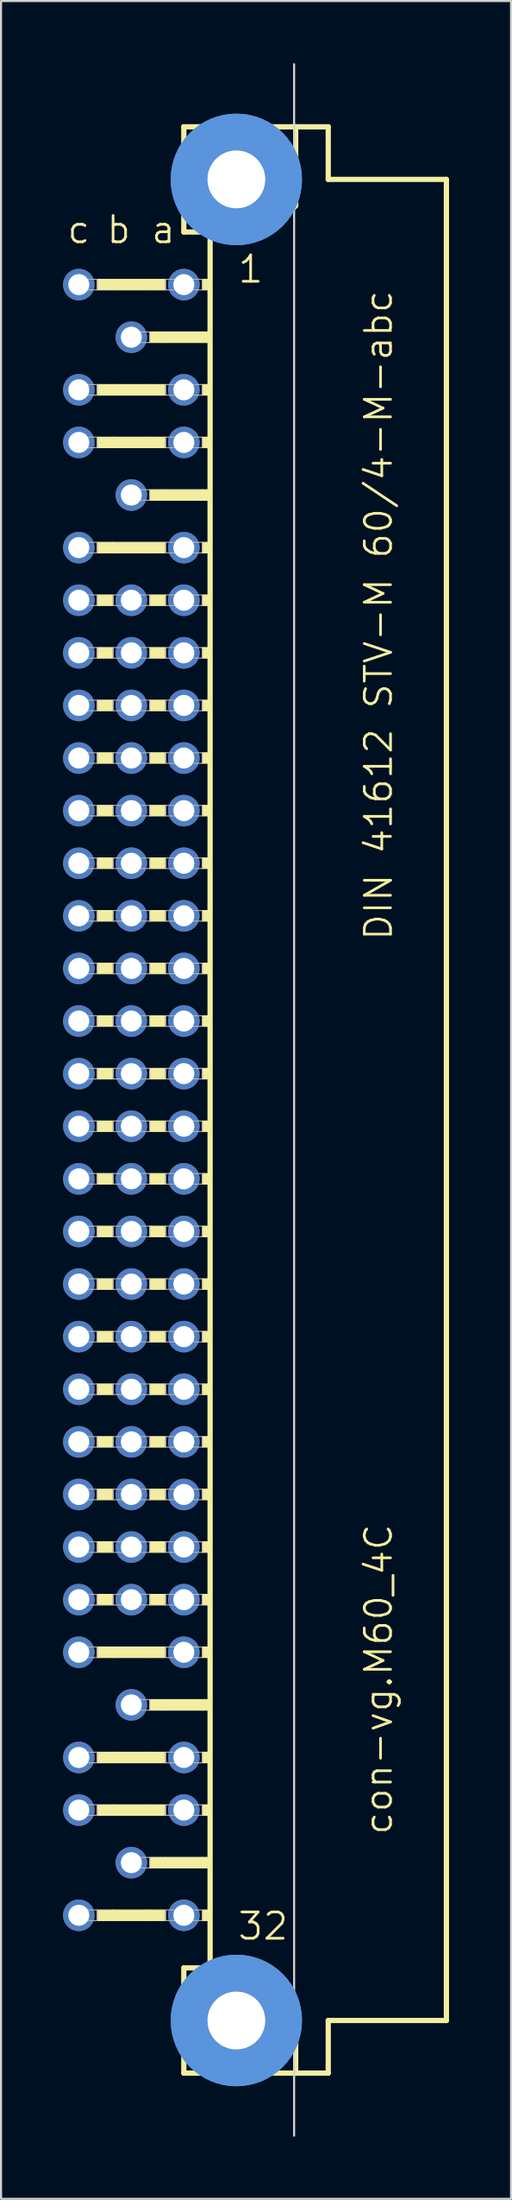
<source format=kicad_pcb>
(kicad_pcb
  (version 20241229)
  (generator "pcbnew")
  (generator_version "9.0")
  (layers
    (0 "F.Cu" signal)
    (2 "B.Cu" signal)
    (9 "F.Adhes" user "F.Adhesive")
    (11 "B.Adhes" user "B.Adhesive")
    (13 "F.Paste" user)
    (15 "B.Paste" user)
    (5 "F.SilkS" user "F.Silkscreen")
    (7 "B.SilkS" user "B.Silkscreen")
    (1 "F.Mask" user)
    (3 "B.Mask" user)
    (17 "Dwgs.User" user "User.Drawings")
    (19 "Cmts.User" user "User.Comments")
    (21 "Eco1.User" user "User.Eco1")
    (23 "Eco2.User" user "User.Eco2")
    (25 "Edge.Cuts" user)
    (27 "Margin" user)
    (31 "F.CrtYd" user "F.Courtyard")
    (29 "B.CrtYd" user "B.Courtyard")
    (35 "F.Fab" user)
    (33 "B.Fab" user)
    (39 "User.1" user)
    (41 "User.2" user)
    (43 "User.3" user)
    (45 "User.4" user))
  (footprint "con-vg.M60_4C"
    (layer "F.Cu")
    (at 8.382 50.063)
    (property "Reference" "con-vg.M60_4C" (at 7.62 35.56 90) (layer "F.SilkS") (effects (font (size 1.27 1.27) (thickness 0.13)) (justify left bottom)))
    (attr through_hole)
    (fp_line (start -2.54 -46.99) (end -2.54 -41.91) (stroke (width 0.254) (type default)) (layer "F.SilkS"))
    (fp_line (start -2.54 -41.91) (end -1.27 -41.91) (stroke (width 0.254) (type default)) (layer "F.SilkS"))
    (fp_line (start -2.54 41.91) (end -2.54 46.99) (stroke (width 0.254) (type default)) (layer "F.SilkS"))
    (fp_line (start -2.54 41.91) (end -1.27 41.91) (stroke (width 0.254) (type default)) (layer "F.SilkS"))
    (fp_line (start -2.54 46.99) (end 2.87 46.99) (stroke (width 0.254) (type default)) (layer "F.SilkS"))
    (fp_line (start -1.27 -41.91) (end -1.27 41.91) (stroke (width 0.254) (type default)) (layer "F.SilkS"))
    (fp_line (start -1.27 -41.91) (end 1.6 -41.91) (stroke (width 0.254) (type default)) (layer "F.SilkS"))
    (fp_line (start -1.27 41.91) (end 1.27 41.91) (stroke (width 0.254) (type default)) (layer "F.SilkS"))
    (fp_line (start 1.6 -41.91) (end 2.87 -43.18) (stroke (width 0.254) (type default)) (layer "F.SilkS"))
    (fp_line (start 2.87 -46.99) (end -2.54 -46.99) (stroke (width 0.254) (type default)) (layer "F.SilkS"))
    (fp_line (start 2.87 -43.18) (end 2.87 -46.99) (stroke (width 0.254) (type default)) (layer "F.SilkS"))
    (fp_line (start 2.87 43.51) (end 1.27 41.91) (stroke (width 0.254) (type default)) (layer "F.SilkS"))
    (fp_line (start 2.87 43.51) (end 2.87 46.99) (stroke (width 0.254) (type default)) (layer "F.SilkS"))
    (fp_line (start 2.87 46.99) (end 4.445 46.99) (stroke (width 0.254) (type default)) (layer "F.SilkS"))
    (fp_line (start 4.445 -46.99) (end 2.87 -46.99) (stroke (width 0.254) (type default)) (layer "F.SilkS"))
    (fp_line (start 4.445 -44.45) (end 4.445 -46.99) (stroke (width 0.254) (type default)) (layer "F.SilkS"))
    (fp_line (start 4.445 44.45) (end 10.16 44.45) (stroke (width 0.254) (type default)) (layer "F.SilkS"))
    (fp_line (start 4.445 46.99) (end 4.445 44.45) (stroke (width 0.254) (type default)) (layer "F.SilkS"))
    (fp_line (start 10.16 -44.45) (end 4.445 -44.45) (stroke (width 0.254) (type default)) (layer "F.SilkS"))
    (fp_line (start 10.16 44.45) (end 10.16 -44.45) (stroke (width 0.254) (type default)) (layer "F.SilkS"))
    (fp_rect (start -6.731 -39.116) (end -5.969 -39.624) (stroke (width 0.05) (type default)) (fill yes) (layer "F.SilkS"))
    (fp_rect (start -6.731 -34.036) (end -5.969 -34.544) (stroke (width 0.05) (type default)) (fill yes) (layer "F.SilkS"))
    (fp_rect (start -6.731 -31.496) (end -5.969 -32.004) (stroke (width 0.05) (type default)) (fill yes) (layer "F.SilkS"))
    (fp_rect (start -6.731 -26.416) (end -5.969 -26.924) (stroke (width 0.05) (type default)) (fill yes) (layer "F.SilkS"))
    (fp_rect (start -6.731 -23.876) (end -5.969 -24.384) (stroke (width 0.05) (type default)) (fill yes) (layer "F.SilkS"))
    (fp_rect (start -6.731 -21.336) (end -5.969 -21.844) (stroke (width 0.05) (type default)) (fill yes) (layer "F.SilkS"))
    (fp_rect (start -6.731 -18.796) (end -5.969 -19.304) (stroke (width 0.05) (type default)) (fill yes) (layer "F.SilkS"))
    (fp_rect (start -6.731 -16.256) (end -5.969 -16.764) (stroke (width 0.05) (type default)) (fill yes) (layer "F.SilkS"))
    (fp_rect (start -6.731 -13.716) (end -5.969 -14.224) (stroke (width 0.05) (type default)) (fill yes) (layer "F.SilkS"))
    (fp_rect (start -6.731 -11.176) (end -5.969 -11.684) (stroke (width 0.05) (type default)) (fill yes) (layer "F.SilkS"))
    (fp_rect (start -6.731 -8.636) (end -5.969 -9.144) (stroke (width 0.05) (type default)) (fill yes) (layer "F.SilkS"))
    (fp_rect (start -6.731 -6.096) (end -5.969 -6.604) (stroke (width 0.05) (type default)) (fill yes) (layer "F.SilkS"))
    (fp_rect (start -6.731 -3.556) (end -5.969 -4.064) (stroke (width 0.05) (type default)) (fill yes) (layer "F.SilkS"))
    (fp_rect (start -6.731 -1.016) (end -5.969 -1.524) (stroke (width 0.05) (type default)) (fill yes) (layer "F.SilkS"))
    (fp_rect (start -6.731 1.524) (end -5.969 1.016) (stroke (width 0.05) (type default)) (fill yes) (layer "F.SilkS"))
    (fp_rect (start -6.731 4.064) (end -5.969 3.556) (stroke (width 0.05) (type default)) (fill yes) (layer "F.SilkS"))
    (fp_rect (start -6.731 6.604) (end -5.969 6.096) (stroke (width 0.05) (type default)) (fill yes) (layer "F.SilkS"))
    (fp_rect (start -6.731 9.144) (end -5.969 8.636) (stroke (width 0.05) (type default)) (fill yes) (layer "F.SilkS"))
    (fp_rect (start -6.731 11.684) (end -5.969 11.176) (stroke (width 0.05) (type default)) (fill yes) (layer "F.SilkS"))
    (fp_rect (start -6.731 14.224) (end -5.969 13.716) (stroke (width 0.05) (type default)) (fill yes) (layer "F.SilkS"))
    (fp_rect (start -6.731 16.764) (end -5.969 16.256) (stroke (width 0.05) (type default)) (fill yes) (layer "F.SilkS"))
    (fp_rect (start -6.731 19.304) (end -5.969 18.796) (stroke (width 0.05) (type default)) (fill yes) (layer "F.SilkS"))
    (fp_rect (start -6.731 21.844) (end -5.969 21.336) (stroke (width 0.05) (type default)) (fill yes) (layer "F.SilkS"))
    (fp_rect (start -6.731 24.384) (end -5.969 23.876) (stroke (width 0.05) (type default)) (fill yes) (layer "F.SilkS"))
    (fp_rect (start -6.731 26.924) (end -5.969 26.416) (stroke (width 0.05) (type default)) (fill yes) (layer "F.SilkS"))
    (fp_rect (start -6.731 32.004) (end -5.969 31.496) (stroke (width 0.05) (type default)) (fill yes) (layer "F.SilkS"))
    (fp_rect (start -6.731 34.544) (end -5.969 34.036) (stroke (width 0.05) (type default)) (fill yes) (layer "F.SilkS"))
    (fp_rect (start -6.731 39.624) (end -5.969 39.116) (stroke (width 0.05) (type default)) (fill yes) (layer "F.SilkS"))
    (fp_rect (start -5.969 -39.116) (end -4.191 -39.624) (stroke (width 0.05) (type default)) (fill yes) (layer "F.SilkS"))
    (fp_rect (start -5.969 -34.036) (end -4.191 -34.544) (stroke (width 0.05) (type default)) (fill yes) (layer "F.SilkS"))
    (fp_rect (start -5.969 -31.496) (end -4.191 -32.004) (stroke (width 0.05) (type default)) (fill yes) (layer "F.SilkS"))
    (fp_rect (start -5.969 -26.416) (end -4.191 -26.924) (stroke (width 0.05) (type default)) (fill yes) (layer "F.SilkS"))
    (fp_rect (start -5.969 26.924) (end -4.191 26.416) (stroke (width 0.05) (type default)) (fill yes) (layer "F.SilkS"))
    (fp_rect (start -5.969 32.004) (end -4.191 31.496) (stroke (width 0.05) (type default)) (fill yes) (layer "F.SilkS"))
    (fp_rect (start -5.969 34.544) (end -4.191 34.036) (stroke (width 0.05) (type default)) (fill yes) (layer "F.SilkS"))
    (fp_rect (start -5.969 39.624) (end -4.191 39.116) (stroke (width 0.05) (type default)) (fill yes) (layer "F.SilkS"))
    (fp_rect (start -4.191 -39.116) (end -3.429 -39.624) (stroke (width 0.05) (type default)) (fill yes) (layer "F.SilkS"))
    (fp_rect (start -4.191 -36.576) (end -3.429 -37.084) (stroke (width 0.05) (type default)) (fill yes) (layer "F.SilkS"))
    (fp_rect (start -4.191 -34.036) (end -3.429 -34.544) (stroke (width 0.05) (type default)) (fill yes) (layer "F.SilkS"))
    (fp_rect (start -4.191 -31.496) (end -3.429 -32.004) (stroke (width 0.05) (type default)) (fill yes) (layer "F.SilkS"))
    (fp_rect (start -4.191 -28.956) (end -3.429 -29.464) (stroke (width 0.05) (type default)) (fill yes) (layer "F.SilkS"))
    (fp_rect (start -4.191 -26.416) (end -3.429 -26.924) (stroke (width 0.05) (type default)) (fill yes) (layer "F.SilkS"))
    (fp_rect (start -4.191 -23.876) (end -3.429 -24.384) (stroke (width 0.05) (type default)) (fill yes) (layer "F.SilkS"))
    (fp_rect (start -4.191 -21.336) (end -3.429 -21.844) (stroke (width 0.05) (type default)) (fill yes) (layer "F.SilkS"))
    (fp_rect (start -4.191 -18.796) (end -3.429 -19.304) (stroke (width 0.05) (type default)) (fill yes) (layer "F.SilkS"))
    (fp_rect (start -4.191 -16.256) (end -3.429 -16.764) (stroke (width 0.05) (type default)) (fill yes) (layer "F.SilkS"))
    (fp_rect (start -4.191 -13.716) (end -3.429 -14.224) (stroke (width 0.05) (type default)) (fill yes) (layer "F.SilkS"))
    (fp_rect (start -4.191 -11.176) (end -3.429 -11.684) (stroke (width 0.05) (type default)) (fill yes) (layer "F.SilkS"))
    (fp_rect (start -4.191 -8.636) (end -3.429 -9.144) (stroke (width 0.05) (type default)) (fill yes) (layer "F.SilkS"))
    (fp_rect (start -4.191 -6.096) (end -3.429 -6.604) (stroke (width 0.05) (type default)) (fill yes) (layer "F.SilkS"))
    (fp_rect (start -4.191 -3.556) (end -3.429 -4.064) (stroke (width 0.05) (type default)) (fill yes) (layer "F.SilkS"))
    (fp_rect (start -4.191 -1.016) (end -3.429 -1.524) (stroke (width 0.05) (type default)) (fill yes) (layer "F.SilkS"))
    (fp_rect (start -4.191 1.524) (end -3.429 1.016) (stroke (width 0.05) (type default)) (fill yes) (layer "F.SilkS"))
    (fp_rect (start -4.191 4.064) (end -3.429 3.556) (stroke (width 0.05) (type default)) (fill yes) (layer "F.SilkS"))
    (fp_rect (start -4.191 6.604) (end -3.429 6.096) (stroke (width 0.05) (type default)) (fill yes) (layer "F.SilkS"))
    (fp_rect (start -4.191 9.144) (end -3.429 8.636) (stroke (width 0.05) (type default)) (fill yes) (layer "F.SilkS"))
    (fp_rect (start -4.191 11.684) (end -3.429 11.176) (stroke (width 0.05) (type default)) (fill yes) (layer "F.SilkS"))
    (fp_rect (start -4.191 14.224) (end -3.429 13.716) (stroke (width 0.05) (type default)) (fill yes) (layer "F.SilkS"))
    (fp_rect (start -4.191 16.764) (end -3.429 16.256) (stroke (width 0.05) (type default)) (fill yes) (layer "F.SilkS"))
    (fp_rect (start -4.191 19.304) (end -3.429 18.796) (stroke (width 0.05) (type default)) (fill yes) (layer "F.SilkS"))
    (fp_rect (start -4.191 21.844) (end -3.429 21.336) (stroke (width 0.05) (type default)) (fill yes) (layer "F.SilkS"))
    (fp_rect (start -4.191 24.384) (end -3.429 23.876) (stroke (width 0.05) (type default)) (fill yes) (layer "F.SilkS"))
    (fp_rect (start -4.191 26.924) (end -3.429 26.416) (stroke (width 0.05) (type default)) (fill yes) (layer "F.SilkS"))
    (fp_rect (start -4.191 29.464) (end -3.429 28.956) (stroke (width 0.05) (type default)) (fill yes) (layer "F.SilkS"))
    (fp_rect (start -4.191 32.004) (end -3.429 31.496) (stroke (width 0.05) (type default)) (fill yes) (layer "F.SilkS"))
    (fp_rect (start -4.191 34.544) (end -3.429 34.036) (stroke (width 0.05) (type default)) (fill yes) (layer "F.SilkS"))
    (fp_rect (start -4.191 37.084) (end -3.429 36.576) (stroke (width 0.05) (type default)) (fill yes) (layer "F.SilkS"))
    (fp_rect (start -4.191 39.624) (end -3.429 39.116) (stroke (width 0.05) (type default)) (fill yes) (layer "F.SilkS"))
    (fp_rect (start -3.429 -36.576) (end -1.651 -37.084) (stroke (width 0.05) (type default)) (fill yes) (layer "F.SilkS"))
    (fp_rect (start -3.429 -28.956) (end -1.651 -29.464) (stroke (width 0.05) (type default)) (fill yes) (layer "F.SilkS"))
    (fp_rect (start -3.429 29.464) (end -1.651 28.956) (stroke (width 0.05) (type default)) (fill yes) (layer "F.SilkS"))
    (fp_rect (start -3.429 37.084) (end -1.651 36.576) (stroke (width 0.05) (type default)) (fill yes) (layer "F.SilkS"))
    (fp_rect (start -1.651 -39.116) (end -1.27 -39.624) (stroke (width 0.05) (type default)) (fill yes) (layer "F.SilkS"))
    (fp_rect (start -1.651 -36.576) (end -1.27 -37.084) (stroke (width 0.05) (type default)) (fill yes) (layer "F.SilkS"))
    (fp_rect (start -1.651 -34.036) (end -1.27 -34.544) (stroke (width 0.05) (type default)) (fill yes) (layer "F.SilkS"))
    (fp_rect (start -1.651 -31.496) (end -1.27 -32.004) (stroke (width 0.05) (type default)) (fill yes) (layer "F.SilkS"))
    (fp_rect (start -1.651 -28.956) (end -1.27 -29.464) (stroke (width 0.05) (type default)) (fill yes) (layer "F.SilkS"))
    (fp_rect (start -1.651 -26.416) (end -1.27 -26.924) (stroke (width 0.05) (type default)) (fill yes) (layer "F.SilkS"))
    (fp_rect (start -1.651 -23.876) (end -1.27 -24.384) (stroke (width 0.05) (type default)) (fill yes) (layer "F.SilkS"))
    (fp_rect (start -1.651 -21.336) (end -1.27 -21.844) (stroke (width 0.05) (type default)) (fill yes) (layer "F.SilkS"))
    (fp_rect (start -1.651 -18.796) (end -1.27 -19.304) (stroke (width 0.05) (type default)) (fill yes) (layer "F.SilkS"))
    (fp_rect (start -1.651 -16.256) (end -1.27 -16.764) (stroke (width 0.05) (type default)) (fill yes) (layer "F.SilkS"))
    (fp_rect (start -1.651 -13.716) (end -1.27 -14.224) (stroke (width 0.05) (type default)) (fill yes) (layer "F.SilkS"))
    (fp_rect (start -1.651 -11.176) (end -1.27 -11.684) (stroke (width 0.05) (type default)) (fill yes) (layer "F.SilkS"))
    (fp_rect (start -1.651 -8.636) (end -1.27 -9.144) (stroke (width 0.05) (type default)) (fill yes) (layer "F.SilkS"))
    (fp_rect (start -1.651 -6.096) (end -1.27 -6.604) (stroke (width 0.05) (type default)) (fill yes) (layer "F.SilkS"))
    (fp_rect (start -1.651 -3.556) (end -1.27 -4.064) (stroke (width 0.05) (type default)) (fill yes) (layer "F.SilkS"))
    (fp_rect (start -1.651 -1.016) (end -1.27 -1.524) (stroke (width 0.05) (type default)) (fill yes) (layer "F.SilkS"))
    (fp_rect (start -1.651 1.524) (end -1.27 1.016) (stroke (width 0.05) (type default)) (fill yes) (layer "F.SilkS"))
    (fp_rect (start -1.651 4.064) (end -1.27 3.556) (stroke (width 0.05) (type default)) (fill yes) (layer "F.SilkS"))
    (fp_rect (start -1.651 6.604) (end -1.27 6.096) (stroke (width 0.05) (type default)) (fill yes) (layer "F.SilkS"))
    (fp_rect (start -1.651 9.144) (end -1.27 8.636) (stroke (width 0.05) (type default)) (fill yes) (layer "F.SilkS"))
    (fp_rect (start -1.651 11.684) (end -1.27 11.176) (stroke (width 0.05) (type default)) (fill yes) (layer "F.SilkS"))
    (fp_rect (start -1.651 14.224) (end -1.27 13.716) (stroke (width 0.05) (type default)) (fill yes) (layer "F.SilkS"))
    (fp_rect (start -1.651 16.764) (end -1.27 16.256) (stroke (width 0.05) (type default)) (fill yes) (layer "F.SilkS"))
    (fp_rect (start -1.651 19.304) (end -1.27 18.796) (stroke (width 0.05) (type default)) (fill yes) (layer "F.SilkS"))
    (fp_rect (start -1.651 21.844) (end -1.27 21.336) (stroke (width 0.05) (type default)) (fill yes) (layer "F.SilkS"))
    (fp_rect (start -1.651 24.384) (end -1.27 23.876) (stroke (width 0.05) (type default)) (fill yes) (layer "F.SilkS"))
    (fp_rect (start -1.651 26.924) (end -1.27 26.416) (stroke (width 0.05) (type default)) (fill yes) (layer "F.SilkS"))
    (fp_rect (start -1.651 29.464) (end -1.27 28.956) (stroke (width 0.05) (type default)) (fill yes) (layer "F.SilkS"))
    (fp_rect (start -1.651 32.004) (end -1.27 31.496) (stroke (width 0.05) (type default)) (fill yes) (layer "F.SilkS"))
    (fp_rect (start -1.651 34.544) (end -1.27 34.036) (stroke (width 0.05) (type default)) (fill yes) (layer "F.SilkS"))
    (fp_rect (start -1.651 37.084) (end -1.27 36.576) (stroke (width 0.05) (type default)) (fill yes) (layer "F.SilkS"))
    (fp_rect (start -1.651 39.624) (end -1.27 39.116) (stroke (width 0.05) (type default)) (fill yes) (layer "F.SilkS"))
    (fp_circle (center 0 -44.45) (end 1.27 -44.45) (stroke (width 0.254) (type default)) (fill no) (layer "F.SilkS"))
    (fp_circle (center 0 44.45) (end 1.27 44.45) (stroke (width 0.254) (type default)) (fill no) (layer "F.SilkS"))
    (fp_circle (center 0 -44.45) (end 2.286 -44.45) (stroke (width 1.778) (type default)) (fill no) (layer "Cmts.User"))
    (fp_circle (center 0 -44.45) (end 2.286 -44.45) (stroke (width 1.778) (type default)) (fill no) (layer "Cmts.User"))
    (fp_circle (center 0 44.45) (end 2.286 44.45) (stroke (width 1.778) (type default)) (fill no) (layer "Cmts.User"))
    (fp_circle (center 0 44.45) (end 2.286 44.45) (stroke (width 1.778) (type default)) (fill no) (layer "Cmts.User"))
    (fp_line (start 2.794 50.013) (end 2.794 -50.013) (stroke (width 0.1) (type default)) (layer "Edge.Cuts"))
    (fp_rect (start -7.874 -39.116) (end -6.731 -39.624) (stroke (width 0.05) (type default)) (fill no) (layer "F.Fab"))
    (fp_rect (start -7.874 -34.036) (end -6.731 -34.544) (stroke (width 0.05) (type default)) (fill no) (layer "F.Fab"))
    (fp_rect (start -7.874 -31.496) (end -6.731 -32.004) (stroke (width 0.05) (type default)) (fill no) (layer "F.Fab"))
    (fp_rect (start -7.874 -26.416) (end -6.731 -26.924) (stroke (width 0.05) (type default)) (fill no) (layer "F.Fab"))
    (fp_rect (start -7.874 -23.876) (end -6.731 -24.384) (stroke (width 0.05) (type default)) (fill no) (layer "F.Fab"))
    (fp_rect (start -7.874 -21.336) (end -6.731 -21.844) (stroke (width 0.05) (type default)) (fill no) (layer "F.Fab"))
    (fp_rect (start -7.874 -18.796) (end -6.731 -19.304) (stroke (width 0.05) (type default)) (fill no) (layer "F.Fab"))
    (fp_rect (start -7.874 -16.256) (end -6.731 -16.764) (stroke (width 0.05) (type default)) (fill no) (layer "F.Fab"))
    (fp_rect (start -7.874 -13.716) (end -6.731 -14.224) (stroke (width 0.05) (type default)) (fill no) (layer "F.Fab"))
    (fp_rect (start -7.874 -11.176) (end -6.731 -11.684) (stroke (width 0.05) (type default)) (fill no) (layer "F.Fab"))
    (fp_rect (start -7.874 -8.636) (end -6.731 -9.144) (stroke (width 0.05) (type default)) (fill no) (layer "F.Fab"))
    (fp_rect (start -7.874 -6.096) (end -6.731 -6.604) (stroke (width 0.05) (type default)) (fill no) (layer "F.Fab"))
    (fp_rect (start -7.874 -3.556) (end -6.731 -4.064) (stroke (width 0.05) (type default)) (fill no) (layer "F.Fab"))
    (fp_rect (start -7.874 -1.016) (end -6.731 -1.524) (stroke (width 0.05) (type default)) (fill no) (layer "F.Fab"))
    (fp_rect (start -7.874 1.524) (end -6.731 1.016) (stroke (width 0.05) (type default)) (fill no) (layer "F.Fab"))
    (fp_rect (start -7.874 4.064) (end -6.731 3.556) (stroke (width 0.05) (type default)) (fill no) (layer "F.Fab"))
    (fp_rect (start -7.874 6.604) (end -6.731 6.096) (stroke (width 0.05) (type default)) (fill no) (layer "F.Fab"))
    (fp_rect (start -7.874 9.144) (end -6.731 8.636) (stroke (width 0.05) (type default)) (fill no) (layer "F.Fab"))
    (fp_rect (start -7.874 11.684) (end -6.731 11.176) (stroke (width 0.05) (type default)) (fill no) (layer "F.Fab"))
    (fp_rect (start -7.874 14.224) (end -6.731 13.716) (stroke (width 0.05) (type default)) (fill no) (layer "F.Fab"))
    (fp_rect (start -7.874 16.764) (end -6.731 16.256) (stroke (width 0.05) (type default)) (fill no) (layer "F.Fab"))
    (fp_rect (start -7.874 19.304) (end -6.731 18.796) (stroke (width 0.05) (type default)) (fill no) (layer "F.Fab"))
    (fp_rect (start -7.874 21.844) (end -6.731 21.336) (stroke (width 0.05) (type default)) (fill no) (layer "F.Fab"))
    (fp_rect (start -7.874 24.384) (end -6.731 23.876) (stroke (width 0.05) (type default)) (fill no) (layer "F.Fab"))
    (fp_rect (start -7.874 26.924) (end -6.731 26.416) (stroke (width 0.05) (type default)) (fill no) (layer "F.Fab"))
    (fp_rect (start -7.874 32.004) (end -6.731 31.496) (stroke (width 0.05) (type default)) (fill no) (layer "F.Fab"))
    (fp_rect (start -7.874 34.544) (end -6.731 34.036) (stroke (width 0.05) (type default)) (fill no) (layer "F.Fab"))
    (fp_rect (start -7.874 39.624) (end -6.731 39.116) (stroke (width 0.05) (type default)) (fill no) (layer "F.Fab"))
    (fp_rect (start -5.969 -23.876) (end -4.191 -24.384) (stroke (width 0.05) (type default)) (fill no) (layer "F.Fab"))
    (fp_rect (start -5.969 -21.336) (end -4.191 -21.844) (stroke (width 0.05) (type default)) (fill no) (layer "F.Fab"))
    (fp_rect (start -5.969 -18.796) (end -4.191 -19.304) (stroke (width 0.05) (type default)) (fill no) (layer "F.Fab"))
    (fp_rect (start -5.969 -16.256) (end -4.191 -16.764) (stroke (width 0.05) (type default)) (fill no) (layer "F.Fab"))
    (fp_rect (start -5.969 -13.716) (end -4.191 -14.224) (stroke (width 0.05) (type default)) (fill no) (layer "F.Fab"))
    (fp_rect (start -5.969 -11.176) (end -4.191 -11.684) (stroke (width 0.05) (type default)) (fill no) (layer "F.Fab"))
    (fp_rect (start -5.969 -8.636) (end -4.191 -9.144) (stroke (width 0.05) (type default)) (fill no) (layer "F.Fab"))
    (fp_rect (start -5.969 -6.096) (end -4.191 -6.604) (stroke (width 0.05) (type default)) (fill no) (layer "F.Fab"))
    (fp_rect (start -5.969 -3.556) (end -4.191 -4.064) (stroke (width 0.05) (type default)) (fill no) (layer "F.Fab"))
    (fp_rect (start -5.969 -1.016) (end -4.191 -1.524) (stroke (width 0.05) (type default)) (fill no) (layer "F.Fab"))
    (fp_rect (start -5.969 1.524) (end -4.191 1.016) (stroke (width 0.05) (type default)) (fill no) (layer "F.Fab"))
    (fp_rect (start -5.969 4.064) (end -4.191 3.556) (stroke (width 0.05) (type default)) (fill no) (layer "F.Fab"))
    (fp_rect (start -5.969 6.604) (end -4.191 6.096) (stroke (width 0.05) (type default)) (fill no) (layer "F.Fab"))
    (fp_rect (start -5.969 9.144) (end -4.191 8.636) (stroke (width 0.05) (type default)) (fill no) (layer "F.Fab"))
    (fp_rect (start -5.969 11.684) (end -4.191 11.176) (stroke (width 0.05) (type default)) (fill no) (layer "F.Fab"))
    (fp_rect (start -5.969 14.224) (end -4.191 13.716) (stroke (width 0.05) (type default)) (fill no) (layer "F.Fab"))
    (fp_rect (start -5.969 16.764) (end -4.191 16.256) (stroke (width 0.05) (type default)) (fill no) (layer "F.Fab"))
    (fp_rect (start -5.969 19.304) (end -4.191 18.796) (stroke (width 0.05) (type default)) (fill no) (layer "F.Fab"))
    (fp_rect (start -5.969 21.844) (end -4.191 21.336) (stroke (width 0.05) (type default)) (fill no) (layer "F.Fab"))
    (fp_rect (start -5.969 24.384) (end -4.191 23.876) (stroke (width 0.05) (type default)) (fill no) (layer "F.Fab"))
    (fp_rect (start -5.334 -36.576) (end -4.191 -37.084) (stroke (width 0.05) (type default)) (fill no) (layer "F.Fab"))
    (fp_rect (start -5.334 -28.956) (end -4.191 -29.464) (stroke (width 0.05) (type default)) (fill no) (layer "F.Fab"))
    (fp_rect (start -5.334 29.464) (end -4.191 28.956) (stroke (width 0.05) (type default)) (fill no) (layer "F.Fab"))
    (fp_rect (start -5.334 37.084) (end -4.191 36.576) (stroke (width 0.05) (type default)) (fill no) (layer "F.Fab"))
    (fp_rect (start -3.429 -39.116) (end -1.651 -39.624) (stroke (width 0.05) (type default)) (fill no) (layer "F.Fab"))
    (fp_rect (start -3.429 -34.036) (end -1.651 -34.544) (stroke (width 0.05) (type default)) (fill no) (layer "F.Fab"))
    (fp_rect (start -3.429 -31.496) (end -1.651 -32.004) (stroke (width 0.05) (type default)) (fill no) (layer "F.Fab"))
    (fp_rect (start -3.429 -26.416) (end -1.651 -26.924) (stroke (width 0.05) (type default)) (fill no) (layer "F.Fab"))
    (fp_rect (start -3.429 -23.876) (end -1.651 -24.384) (stroke (width 0.05) (type default)) (fill no) (layer "F.Fab"))
    (fp_rect (start -3.429 -21.336) (end -1.651 -21.844) (stroke (width 0.05) (type default)) (fill no) (layer "F.Fab"))
    (fp_rect (start -3.429 -18.796) (end -1.651 -19.304) (stroke (width 0.05) (type default)) (fill no) (layer "F.Fab"))
    (fp_rect (start -3.429 -16.256) (end -1.651 -16.764) (stroke (width 0.05) (type default)) (fill no) (layer "F.Fab"))
    (fp_rect (start -3.429 -13.716) (end -1.651 -14.224) (stroke (width 0.05) (type default)) (fill no) (layer "F.Fab"))
    (fp_rect (start -3.429 -11.176) (end -1.651 -11.684) (stroke (width 0.05) (type default)) (fill no) (layer "F.Fab"))
    (fp_rect (start -3.429 -8.636) (end -1.651 -9.144) (stroke (width 0.05) (type default)) (fill no) (layer "F.Fab"))
    (fp_rect (start -3.429 -6.096) (end -1.651 -6.604) (stroke (width 0.05) (type default)) (fill no) (layer "F.Fab"))
    (fp_rect (start -3.429 -3.556) (end -1.651 -4.064) (stroke (width 0.05) (type default)) (fill no) (layer "F.Fab"))
    (fp_rect (start -3.429 -1.016) (end -1.651 -1.524) (stroke (width 0.05) (type default)) (fill no) (layer "F.Fab"))
    (fp_rect (start -3.429 1.524) (end -1.651 1.016) (stroke (width 0.05) (type default)) (fill no) (layer "F.Fab"))
    (fp_rect (start -3.429 4.064) (end -1.651 3.556) (stroke (width 0.05) (type default)) (fill no) (layer "F.Fab"))
    (fp_rect (start -3.429 6.604) (end -1.651 6.096) (stroke (width 0.05) (type default)) (fill no) (layer "F.Fab"))
    (fp_rect (start -3.429 9.144) (end -1.651 8.636) (stroke (width 0.05) (type default)) (fill no) (layer "F.Fab"))
    (fp_rect (start -3.429 11.684) (end -1.651 11.176) (stroke (width 0.05) (type default)) (fill no) (layer "F.Fab"))
    (fp_rect (start -3.429 14.224) (end -1.651 13.716) (stroke (width 0.05) (type default)) (fill no) (layer "F.Fab"))
    (fp_rect (start -3.429 16.764) (end -1.651 16.256) (stroke (width 0.05) (type default)) (fill no) (layer "F.Fab"))
    (fp_rect (start -3.429 19.304) (end -1.651 18.796) (stroke (width 0.05) (type default)) (fill no) (layer "F.Fab"))
    (fp_rect (start -3.429 21.844) (end -1.651 21.336) (stroke (width 0.05) (type default)) (fill no) (layer "F.Fab"))
    (fp_rect (start -3.429 24.384) (end -1.651 23.876) (stroke (width 0.05) (type default)) (fill no) (layer "F.Fab"))
    (fp_rect (start -3.429 26.924) (end -1.651 26.416) (stroke (width 0.05) (type default)) (fill no) (layer "F.Fab"))
    (fp_rect (start -3.429 32.004) (end -1.651 31.496) (stroke (width 0.05) (type default)) (fill no) (layer "F.Fab"))
    (fp_rect (start -3.429 34.544) (end -1.651 34.036) (stroke (width 0.05) (type default)) (fill no) (layer "F.Fab"))
    (fp_rect (start -3.429 39.624) (end -1.651 39.116) (stroke (width 0.05) (type default)) (fill no) (layer "F.Fab"))
    (fp_text user "32" (at 0 40.64 0) (layer "F.SilkS") (effects (font (size 1.27 1.27) (thickness 0.13)) (justify left bottom)))
    (fp_text user "a" (at -4.191 -41.275 0) (layer "F.SilkS") (effects (font (size 1.27 1.27) (thickness 0.13)) (justify left bottom)))
    (fp_text user "1" (at 0 -39.37 0) (layer "F.SilkS") (effects (font (size 1.27 1.27) (thickness 0.13)) (justify left bottom)))
    (fp_text user "b" (at -6.35 -41.275 0) (layer "F.SilkS") (effects (font (size 1.27 1.27) (thickness 0.13)) (justify left bottom)))
    (fp_text user "DIN 41612 STV-M 60/4-M-abc" (at 7.62 -7.62 90) (layer "F.SilkS") (effects (font (size 1.27 1.27) (thickness 0.13)) (justify left bottom)))
    (fp_text user "c" (at -8.255 -41.275 0) (layer "F.SilkS") (effects (font (size 1.27 1.27) (thickness 0.13)) (justify left bottom)))
    (pad "" np_thru_hole circle (at 0 -44.45) (size 2.794 2.794) (drill 2.794) (layers "*.Cu" "*.Mask"))
    (pad "" np_thru_hole circle (at 0 44.45) (size 2.794 2.794) (drill 2.794) (layers "*.Cu" "*.Mask"))
    (pad "A1" thru_hole circle (at -2.54 -39.37) (size 1.524 1.524) (drill 1.016) (layers "*.Cu" "*.Mask"))
    (pad "A3" thru_hole circle (at -2.54 -34.29) (size 1.524 1.524) (drill 1.016) (layers "*.Cu" "*.Mask"))
    (pad "A4" thru_hole circle (at -2.54 -31.75) (size 1.524 1.524) (drill 1.016) (layers "*.Cu" "*.Mask"))
    (pad "A6" thru_hole circle (at -2.54 -26.67) (size 1.524 1.524) (drill 1.016) (layers "*.Cu" "*.Mask"))
    (pad "A7" thru_hole circle (at -2.54 -24.13) (size 1.524 1.524) (drill 1.016) (layers "*.Cu" "*.Mask"))
    (pad "A8" thru_hole circle (at -2.54 -21.59) (size 1.524 1.524) (drill 1.016) (layers "*.Cu" "*.Mask"))
    (pad "A9" thru_hole circle (at -2.54 -19.05) (size 1.524 1.524) (drill 1.016) (layers "*.Cu" "*.Mask"))
    (pad "A10" thru_hole circle (at -2.54 -16.51) (size 1.524 1.524) (drill 1.016) (layers "*.Cu" "*.Mask"))
    (pad "A11" thru_hole circle (at -2.54 -13.97) (size 1.524 1.524) (drill 1.016) (layers "*.Cu" "*.Mask"))
    (pad "A12" thru_hole circle (at -2.54 -11.43) (size 1.524 1.524) (drill 1.016) (layers "*.Cu" "*.Mask"))
    (pad "A13" thru_hole circle (at -2.54 -8.89) (size 1.524 1.524) (drill 1.016) (layers "*.Cu" "*.Mask"))
    (pad "A14" thru_hole circle (at -2.54 -6.35) (size 1.524 1.524) (drill 1.016) (layers "*.Cu" "*.Mask"))
    (pad "A15" thru_hole circle (at -2.54 -3.81) (size 1.524 1.524) (drill 1.016) (layers "*.Cu" "*.Mask"))
    (pad "A16" thru_hole circle (at -2.54 -1.27) (size 1.524 1.524) (drill 1.016) (layers "*.Cu" "*.Mask"))
    (pad "A17" thru_hole circle (at -2.54 1.27) (size 1.524 1.524) (drill 1.016) (layers "*.Cu" "*.Mask"))
    (pad "A18" thru_hole circle (at -2.54 3.81) (size 1.524 1.524) (drill 1.016) (layers "*.Cu" "*.Mask"))
    (pad "A19" thru_hole circle (at -2.54 6.35) (size 1.524 1.524) (drill 1.016) (layers "*.Cu" "*.Mask"))
    (pad "A20" thru_hole circle (at -2.54 8.89) (size 1.524 1.524) (drill 1.016) (layers "*.Cu" "*.Mask"))
    (pad "A21" thru_hole circle (at -2.54 11.43) (size 1.524 1.524) (drill 1.016) (layers "*.Cu" "*.Mask"))
    (pad "A22" thru_hole circle (at -2.54 13.97) (size 1.524 1.524) (drill 1.016) (layers "*.Cu" "*.Mask"))
    (pad "A23" thru_hole circle (at -2.54 16.51) (size 1.524 1.524) (drill 1.016) (layers "*.Cu" "*.Mask"))
    (pad "A24" thru_hole circle (at -2.54 19.05) (size 1.524 1.524) (drill 1.016) (layers "*.Cu" "*.Mask"))
    (pad "A25" thru_hole circle (at -2.54 21.59) (size 1.524 1.524) (drill 1.016) (layers "*.Cu" "*.Mask"))
    (pad "A26" thru_hole circle (at -2.54 24.13) (size 1.524 1.524) (drill 1.016) (layers "*.Cu" "*.Mask"))
    (pad "A27" thru_hole circle (at -2.54 26.67) (size 1.524 1.524) (drill 1.016) (layers "*.Cu" "*.Mask"))
    (pad "A29" thru_hole circle (at -2.54 31.75) (size 1.524 1.524) (drill 1.016) (layers "*.Cu" "*.Mask"))
    (pad "A30" thru_hole circle (at -2.54 34.29) (size 1.524 1.524) (drill 1.016) (layers "*.Cu" "*.Mask"))
    (pad "A32" thru_hole circle (at -2.54 39.37) (size 1.524 1.524) (drill 1.016) (layers "*.Cu" "*.Mask"))
    (pad "B2" thru_hole circle (at -5.08 -36.83) (size 1.524 1.524) (drill 1.016) (layers "*.Cu" "*.Mask"))
    (pad "B5" thru_hole circle (at -5.08 -29.21) (size 1.524 1.524) (drill 1.016) (layers "*.Cu" "*.Mask"))
    (pad "B7" thru_hole circle (at -5.08 -24.13) (size 1.524 1.524) (drill 1.016) (layers "*.Cu" "*.Mask"))
    (pad "B8" thru_hole circle (at -5.08 -21.59) (size 1.524 1.524) (drill 1.016) (layers "*.Cu" "*.Mask"))
    (pad "B9" thru_hole circle (at -5.08 -19.05) (size 1.524 1.524) (drill 1.016) (layers "*.Cu" "*.Mask"))
    (pad "B10" thru_hole circle (at -5.08 -16.51) (size 1.524 1.524) (drill 1.016) (layers "*.Cu" "*.Mask"))
    (pad "B11" thru_hole circle (at -5.08 -13.97) (size 1.524 1.524) (drill 1.016) (layers "*.Cu" "*.Mask"))
    (pad "B12" thru_hole circle (at -5.08 -11.43) (size 1.524 1.524) (drill 1.016) (layers "*.Cu" "*.Mask"))
    (pad "B13" thru_hole circle (at -5.08 -8.89) (size 1.524 1.524) (drill 1.016) (layers "*.Cu" "*.Mask"))
    (pad "B14" thru_hole circle (at -5.08 -6.35) (size 1.524 1.524) (drill 1.016) (layers "*.Cu" "*.Mask"))
    (pad "B15" thru_hole circle (at -5.08 -3.81) (size 1.524 1.524) (drill 1.016) (layers "*.Cu" "*.Mask"))
    (pad "B16" thru_hole circle (at -5.08 -1.27) (size 1.524 1.524) (drill 1.016) (layers "*.Cu" "*.Mask"))
    (pad "B17" thru_hole circle (at -5.08 1.27) (size 1.524 1.524) (drill 1.016) (layers "*.Cu" "*.Mask"))
    (pad "B18" thru_hole circle (at -5.08 3.81) (size 1.524 1.524) (drill 1.016) (layers "*.Cu" "*.Mask"))
    (pad "B19" thru_hole circle (at -5.08 6.35) (size 1.524 1.524) (drill 1.016) (layers "*.Cu" "*.Mask"))
    (pad "B20" thru_hole circle (at -5.08 8.89) (size 1.524 1.524) (drill 1.016) (layers "*.Cu" "*.Mask"))
    (pad "B21" thru_hole circle (at -5.08 11.43) (size 1.524 1.524) (drill 1.016) (layers "*.Cu" "*.Mask"))
    (pad "B22" thru_hole circle (at -5.08 13.97) (size 1.524 1.524) (drill 1.016) (layers "*.Cu" "*.Mask"))
    (pad "B23" thru_hole circle (at -5.08 16.51) (size 1.524 1.524) (drill 1.016) (layers "*.Cu" "*.Mask"))
    (pad "B24" thru_hole circle (at -5.08 19.05) (size 1.524 1.524) (drill 1.016) (layers "*.Cu" "*.Mask"))
    (pad "B25" thru_hole circle (at -5.08 21.59) (size 1.524 1.524) (drill 1.016) (layers "*.Cu" "*.Mask"))
    (pad "B26" thru_hole circle (at -5.08 24.13) (size 1.524 1.524) (drill 1.016) (layers "*.Cu" "*.Mask"))
    (pad "B28" thru_hole circle (at -5.08 29.21) (size 1.524 1.524) (drill 1.016) (layers "*.Cu" "*.Mask"))
    (pad "B31" thru_hole circle (at -5.08 36.83) (size 1.524 1.524) (drill 1.016) (layers "*.Cu" "*.Mask"))
    (pad "C1" thru_hole circle (at -7.62 -39.37) (size 1.524 1.524) (drill 1.016) (layers "*.Cu" "*.Mask"))
    (pad "C3" thru_hole circle (at -7.62 -34.29) (size 1.524 1.524) (drill 1.016) (layers "*.Cu" "*.Mask"))
    (pad "C4" thru_hole circle (at -7.62 -31.75) (size 1.524 1.524) (drill 1.016) (layers "*.Cu" "*.Mask"))
    (pad "C6" thru_hole circle (at -7.62 -26.67) (size 1.524 1.524) (drill 1.016) (layers "*.Cu" "*.Mask"))
    (pad "C7" thru_hole circle (at -7.62 -24.13) (size 1.524 1.524) (drill 1.016) (layers "*.Cu" "*.Mask"))
    (pad "C8" thru_hole circle (at -7.62 -21.59) (size 1.524 1.524) (drill 1.016) (layers "*.Cu" "*.Mask"))
    (pad "C9" thru_hole circle (at -7.62 -19.05) (size 1.524 1.524) (drill 1.016) (layers "*.Cu" "*.Mask"))
    (pad "C10" thru_hole circle (at -7.62 -16.51) (size 1.524 1.524) (drill 1.016) (layers "*.Cu" "*.Mask"))
    (pad "C11" thru_hole circle (at -7.62 -13.97) (size 1.524 1.524) (drill 1.016) (layers "*.Cu" "*.Mask"))
    (pad "C12" thru_hole circle (at -7.62 -11.43) (size 1.524 1.524) (drill 1.016) (layers "*.Cu" "*.Mask"))
    (pad "C13" thru_hole circle (at -7.62 -8.89) (size 1.524 1.524) (drill 1.016) (layers "*.Cu" "*.Mask"))
    (pad "C14" thru_hole circle (at -7.62 -6.35) (size 1.524 1.524) (drill 1.016) (layers "*.Cu" "*.Mask"))
    (pad "C15" thru_hole circle (at -7.62 -3.81) (size 1.524 1.524) (drill 1.016) (layers "*.Cu" "*.Mask"))
    (pad "C16" thru_hole circle (at -7.62 -1.27) (size 1.524 1.524) (drill 1.016) (layers "*.Cu" "*.Mask"))
    (pad "C17" thru_hole circle (at -7.62 1.27) (size 1.524 1.524) (drill 1.016) (layers "*.Cu" "*.Mask"))
    (pad "C18" thru_hole circle (at -7.62 3.81) (size 1.524 1.524) (drill 1.016) (layers "*.Cu" "*.Mask"))
    (pad "C19" thru_hole circle (at -7.62 6.35) (size 1.524 1.524) (drill 1.016) (layers "*.Cu" "*.Mask"))
    (pad "C20" thru_hole circle (at -7.62 8.89) (size 1.524 1.524) (drill 1.016) (layers "*.Cu" "*.Mask"))
    (pad "C21" thru_hole circle (at -7.62 11.43) (size 1.524 1.524) (drill 1.016) (layers "*.Cu" "*.Mask"))
    (pad "C22" thru_hole circle (at -7.62 13.97) (size 1.524 1.524) (drill 1.016) (layers "*.Cu" "*.Mask"))
    (pad "C23" thru_hole circle (at -7.62 16.51) (size 1.524 1.524) (drill 1.016) (layers "*.Cu" "*.Mask"))
    (pad "C24" thru_hole circle (at -7.62 19.05) (size 1.524 1.524) (drill 1.016) (layers "*.Cu" "*.Mask"))
    (pad "C25" thru_hole circle (at -7.62 21.59) (size 1.524 1.524) (drill 1.016) (layers "*.Cu" "*.Mask"))
    (pad "C26" thru_hole circle (at -7.62 24.13) (size 1.524 1.524) (drill 1.016) (layers "*.Cu" "*.Mask"))
    (pad "C27" thru_hole circle (at -7.62 26.67) (size 1.524 1.524) (drill 1.016) (layers "*.Cu" "*.Mask"))
    (pad "C29" thru_hole circle (at -7.62 31.75) (size 1.524 1.524) (drill 1.016) (layers "*.Cu" "*.Mask"))
    (pad "C30" thru_hole circle (at -7.62 34.29) (size 1.524 1.524) (drill 1.016) (layers "*.Cu" "*.Mask"))
    (pad "C32" thru_hole circle (at -7.62 39.37) (size 1.524 1.524) (drill 1.016) (layers "*.Cu" "*.Mask")))
  (gr_rect
    (start -3 -3)
    (end 21.669 103.125)
    (stroke (width 0.1) (type default))
    (fill no)
    (layer "Edge.Cuts")))
</source>
